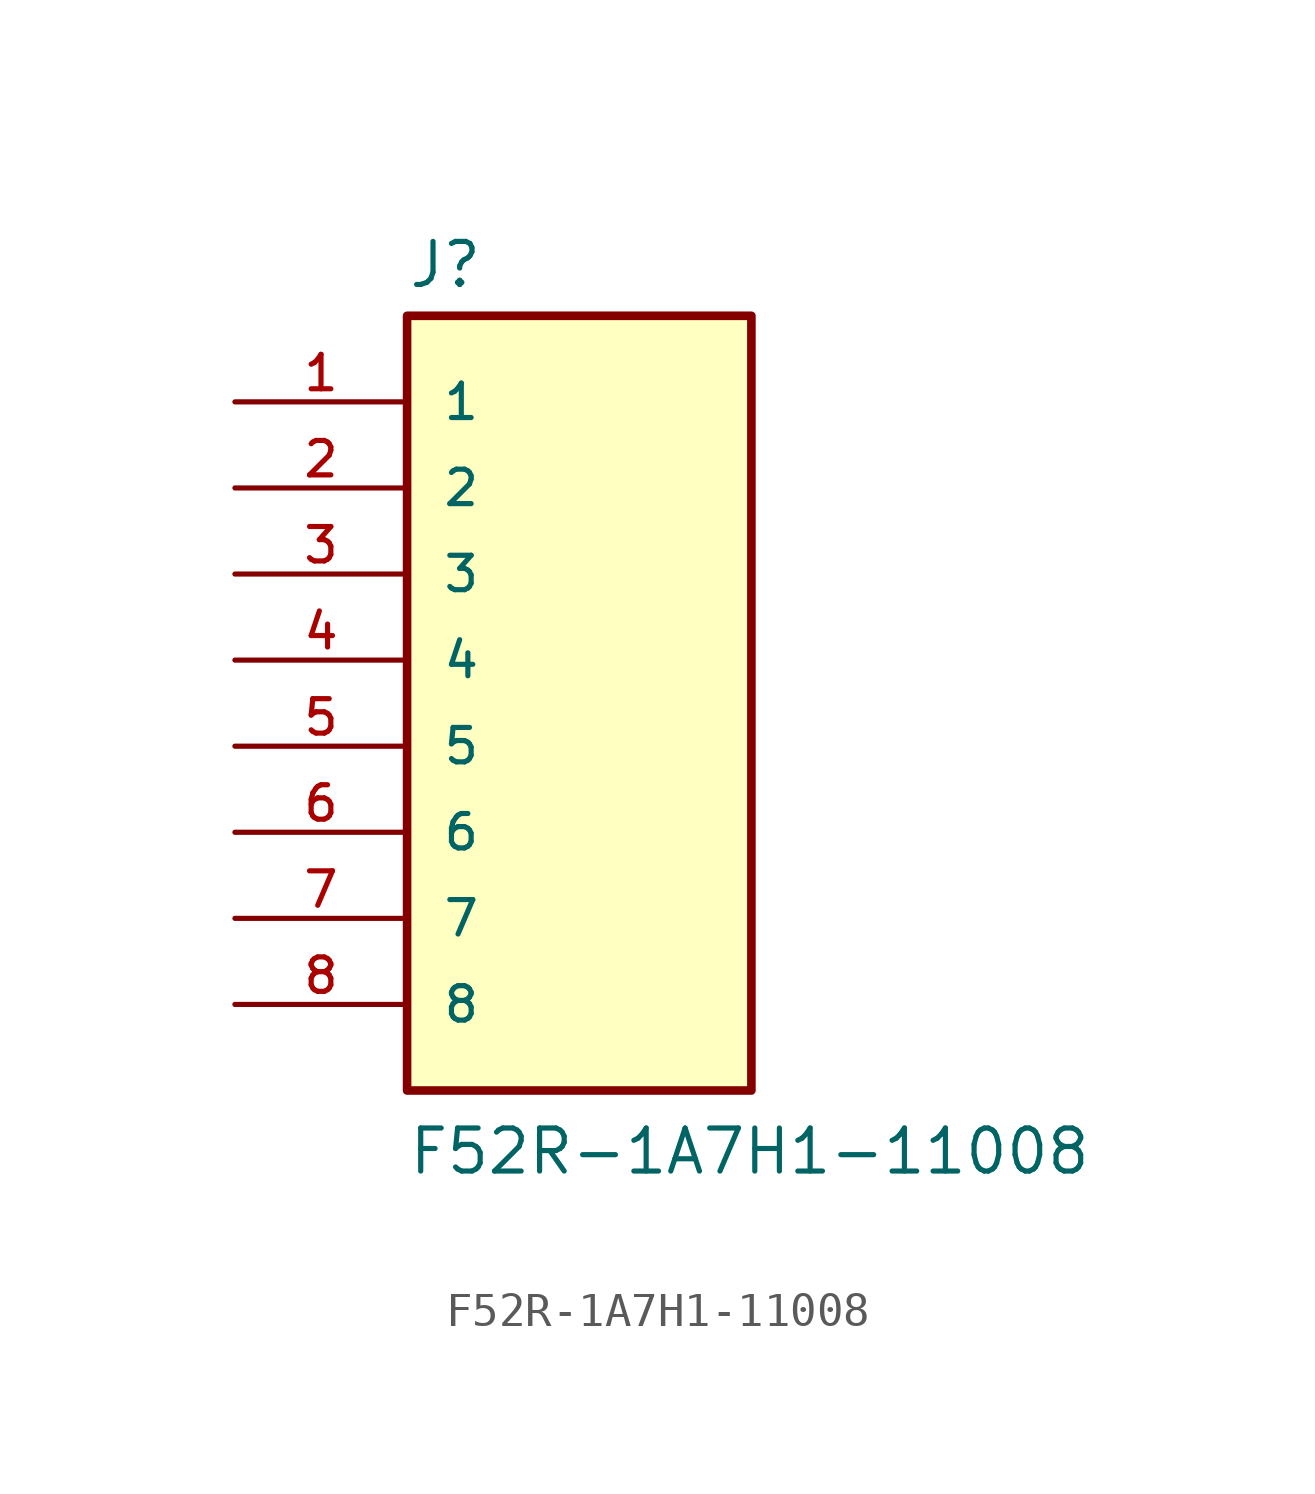
<source format=kicad_sym>
(kicad_symbol_lib
  (version 20211014)
  (generator kicad_symbol_editor)
  (symbol "F52R-1A7H1-11008"
    (pin_names
      (offset 1.016))
    (property "Reference" "J"
      (at -5.08 13.462 0)
      (effects (font (size 1.27 1.27)) (justify bottom left)))
    (property "Value" "F52R-1A7H1-11008"
      (at -5.08 -12.7 0)
      (effects (font (size 1.27 1.27)) (justify bottom left)))
    (symbol "F52R-1A7H1-11008_0_0"
      (rectangle (start -5.08 -10.16) (end 5.08 12.7) (stroke (width 0.254)) (fill (type background)))
      (pin passive line (at -10.16 10.16 0) (length 5.08) (name "1" (effects (font (size 1.016 1.016)))) (number "1" (effects (font (size 1.016 1.016)))))
      (pin passive line (at -10.16 7.62 0) (length 5.08) (name "2" (effects (font (size 1.016 1.016)))) (number "2" (effects (font (size 1.016 1.016)))))
      (pin passive line (at -10.16 5.08 0) (length 5.08) (name "3" (effects (font (size 1.016 1.016)))) (number "3" (effects (font (size 1.016 1.016)))))
      (pin passive line (at -10.16 2.54 0) (length 5.08) (name "4" (effects (font (size 1.016 1.016)))) (number "4" (effects (font (size 1.016 1.016)))))
      (pin passive line (at -10.16 0.0 0) (length 5.08) (name "5" (effects (font (size 1.016 1.016)))) (number "5" (effects (font (size 1.016 1.016)))))
      (pin passive line (at -10.16 -2.54 0) (length 5.08) (name "6" (effects (font (size 1.016 1.016)))) (number "6" (effects (font (size 1.016 1.016)))))
      (pin passive line (at -10.16 -5.08 0) (length 5.08) (name "7" (effects (font (size 1.016 1.016)))) (number "7" (effects (font (size 1.016 1.016)))))
      (pin passive line (at -10.16 -7.62 0) (length 5.08) (name "8" (effects (font (size 1.016 1.016)))) (number "8" (effects (font (size 1.016 1.016))))))))
</source>
